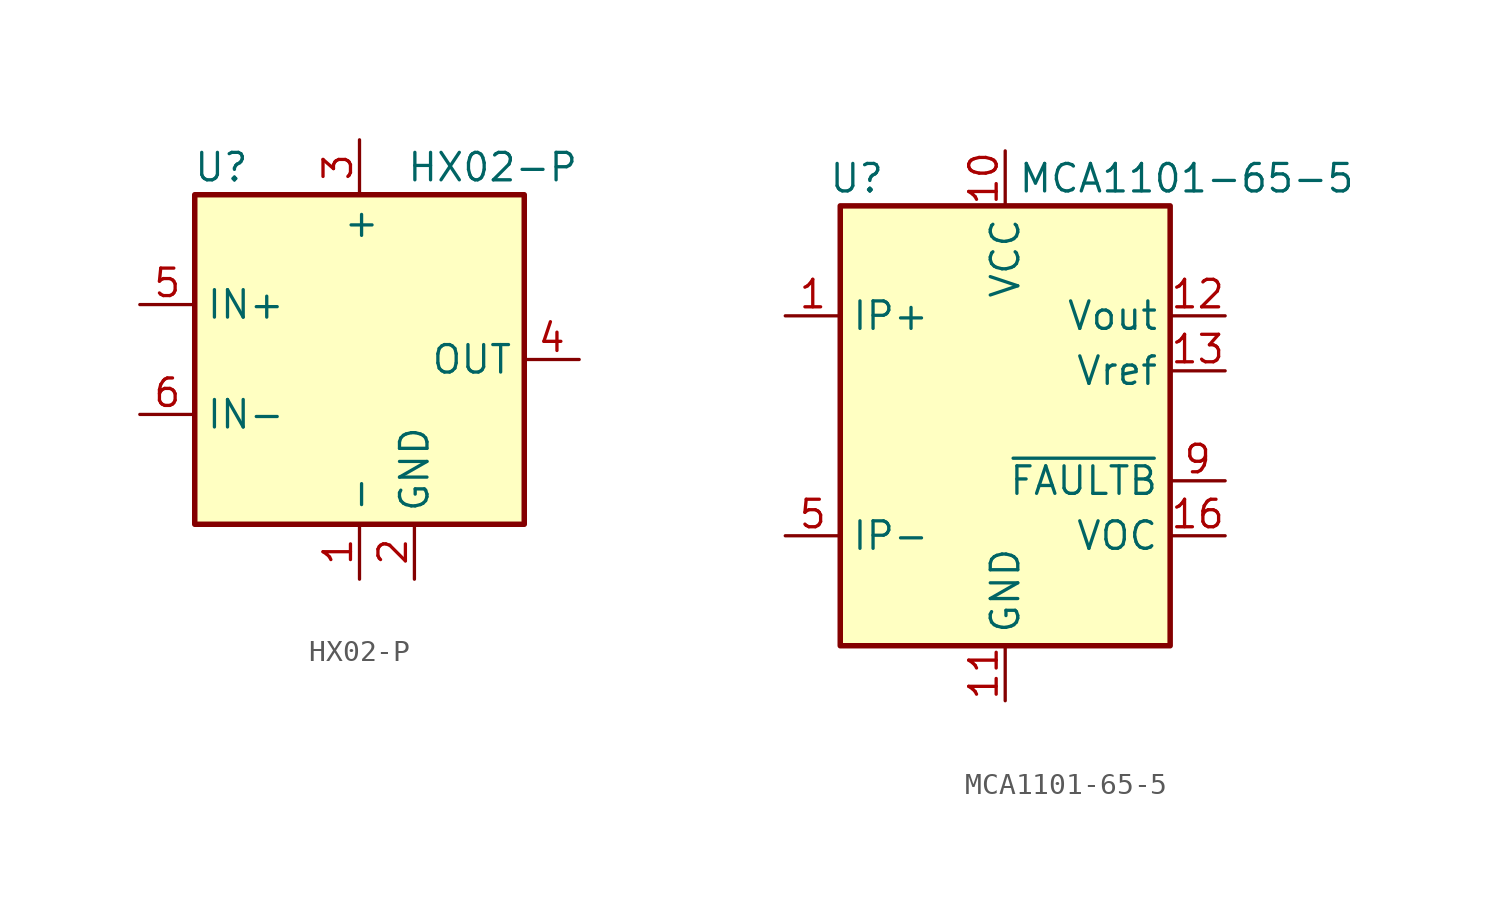
<source format=kicad_sym>
(kicad_symbol_lib
  (version 20241209)
  (generator "kicad_symbol_editor")
  (generator_version "9.0")
  (symbol "HX02-P"
    (property "Reference" "U"
      (at -5.08 8.89 0)
      (effects (font (size 1.27 1.27)) (justify right)))
    (property "Value" "HX02-P"
      (at 10.16 8.89 0)
      (effects (font (size 1.27 1.27)) (justify right)))
    (symbol "HX02-P_0_1"
      (rectangle (start -7.62 7.62) (end 7.62 -7.62) (stroke (width 0.254) (type default)) (fill (type background))))
    (symbol "HX02-P_1_1"
      (pin passive line (at -10.16 2.54 0) (length 2.54) (name "IN+" (effects (font (size 1.27 1.27)))) (number "5" (effects (font (size 1.27 1.27)))))
      (pin passive line (at -10.16 -2.54 0) (length 2.54) (name "IN-" (effects (font (size 1.27 1.27)))) (number "6" (effects (font (size 1.27 1.27)))))
      (pin power_in line (at 0 10.16 270) (length 2.54) (name "+" (effects (font (size 1.27 1.27)))) (number "3" (effects (font (size 1.27 1.27)))))
      (pin power_in line (at 0 -10.16 90) (length 2.54) (name "-" (effects (font (size 1.27 1.27)))) (number "1" (effects (font (size 1.27 1.27)))))
      (pin power_in line (at 2.54 -10.16 90) (length 2.54) (name "GND" (effects (font (size 1.27 1.27)))) (number "2" (effects (font (size 1.27 1.27)))))
      (pin output line (at 10.16 0 180) (length 2.54) (name "OUT" (effects (font (size 1.27 1.27)))) (number "4" (effects (font (size 1.27 1.27)))))))
  (symbol "MCA1101-65-5"
    (property "Reference" "U"
      (at -6.858 11.43 0)
      (effects (font (size 1.27 1.27))))
    (property "Value" "MCA1101-65-5"
      (at 8.382 11.43 0)
      (effects (font (size 1.27 1.27))))
    (symbol "MCA1101-65-5_1_1"
      (rectangle (start -7.62 10.16) (end 7.62 -10.16) (stroke (width 0.254) (type default)) (fill (type background)))
      (pin input line (at -10.16 5.08 0) (length 2.54) (name "IP+" (effects (font (size 1.27 1.27)))) (number "1" (effects (font (size 1.27 1.27)))))
      (pin input line (at -10.16 5.08 0) (length 2.54) (hide yes) (name "IP+" (effects (font (size 1.27 1.27)))) (number "2" (effects (font (size 1.27 1.27)))))
      (pin input line (at -10.16 5.08 0) (length 2.54) (hide yes) (name "IP+" (effects (font (size 1.27 1.27)))) (number "3" (effects (font (size 1.27 1.27)))))
      (pin input line (at -10.16 5.08 0) (length 2.54) (hide yes) (name "IP+" (effects (font (size 1.27 1.27)))) (number "4" (effects (font (size 1.27 1.27)))))
      (pin input line (at -10.16 -5.08 0) (length 2.54) (name "IP-" (effects (font (size 1.27 1.27)))) (number "5" (effects (font (size 1.27 1.27)))))
      (pin input line (at -10.16 -5.08 0) (length 2.54) (hide yes) (name "IP-" (effects (font (size 1.27 1.27)))) (number "6" (effects (font (size 1.27 1.27)))))
      (pin input line (at -10.16 -5.08 0) (length 2.54) (hide yes) (name "IP-" (effects (font (size 1.27 1.27)))) (number "7" (effects (font (size 1.27 1.27)))))
      (pin input line (at -10.16 -5.08 0) (length 2.54) (hide yes) (name "IP-" (effects (font (size 1.27 1.27)))) (number "8" (effects (font (size 1.27 1.27)))))
      (pin power_in line (at 0 12.7 270) (length 2.54) (name "VCC" (effects (font (size 1.27 1.27)))) (number "10" (effects (font (size 1.27 1.27)))))
      (pin power_in line (at 0 -12.7 90) (length 2.54) (name "GND" (effects (font (size 1.27 1.27)))) (number "11" (effects (font (size 1.27 1.27)))))
      (pin passive line (at 0 -12.7 90) (length 2.54) (hide yes) (name "GND" (effects (font (size 1.27 1.27)))) (number "14" (effects (font (size 1.27 1.27)))))
      (pin passive line (at 0 -12.7 90) (length 2.54) (hide yes) (name "GND" (effects (font (size 1.27 1.27)))) (number "15" (effects (font (size 1.27 1.27)))))
      (pin output line (at 10.16 5.08 180) (length 2.54) (name "Vout" (effects (font (size 1.27 1.27)))) (number "12" (effects (font (size 1.27 1.27)))))
      (pin passive line (at 10.16 2.54 180) (length 2.54) (name "Vref" (effects (font (size 1.27 1.27)))) (number "13" (effects (font (size 1.27 1.27)))))
      (pin open_collector line (at 10.16 -2.54 180) (length 2.54) (name "~{FAULTB}" (effects (font (size 1.27 1.27)))) (number "9" (effects (font (size 1.27 1.27)))))
      (pin input line (at 10.16 -5.08 180) (length 2.54) (name "VOC" (effects (font (size 1.27 1.27)))) (number "16" (effects (font (size 1.27 1.27))))))))
</source>
